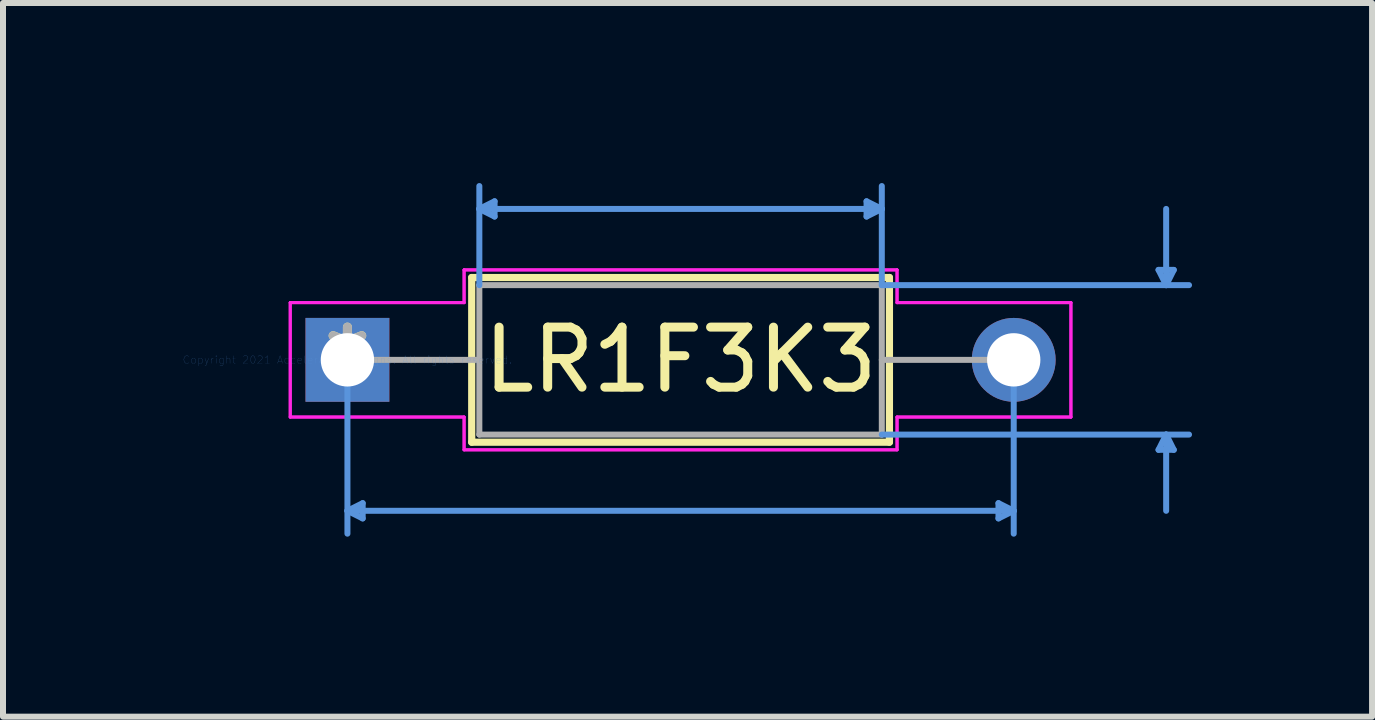
<source format=kicad_pcb>
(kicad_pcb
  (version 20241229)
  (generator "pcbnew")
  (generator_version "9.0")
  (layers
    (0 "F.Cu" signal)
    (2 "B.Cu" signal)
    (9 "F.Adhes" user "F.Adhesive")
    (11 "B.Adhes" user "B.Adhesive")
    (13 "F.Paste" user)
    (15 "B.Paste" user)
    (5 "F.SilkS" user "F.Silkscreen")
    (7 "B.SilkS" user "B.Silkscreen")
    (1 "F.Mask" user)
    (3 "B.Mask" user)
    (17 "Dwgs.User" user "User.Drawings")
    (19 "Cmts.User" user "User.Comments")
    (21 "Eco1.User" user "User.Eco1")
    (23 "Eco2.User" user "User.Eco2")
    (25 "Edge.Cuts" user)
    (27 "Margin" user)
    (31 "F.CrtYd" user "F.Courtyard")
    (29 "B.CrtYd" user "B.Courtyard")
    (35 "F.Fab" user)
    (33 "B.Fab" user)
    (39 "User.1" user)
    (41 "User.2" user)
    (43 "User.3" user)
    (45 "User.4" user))
  (footprint "LR1F3K3"
    (layer "F.Cu")
    (at 2.739 2.946)
    (property "Reference" "LR1F3K3" (at 5.551 0 0) (layer "F.SilkS") (effects (font (size 1 1) (thickness 0.15))))
    (attr through_hole)
    (fp_line (start 2.071 -1.372) (end 2.071 1.372) (stroke (width 0.12) (type solid)) (layer "F.SilkS"))
    (fp_line (start 2.071 1.372) (end 9.031 1.372) (stroke (width 0.12) (type solid)) (layer "F.SilkS"))
    (fp_line (start 9.031 -1.372) (end 2.071 -1.372) (stroke (width 0.12) (type solid)) (layer "F.SilkS"))
    (fp_line (start 9.031 1.372) (end 9.031 -1.372) (stroke (width 0.12) (type solid)) (layer "F.SilkS"))
    (fp_line (start 0 0) (end 0 2.896) (stroke (width 0.1) (type solid)) (layer "Cmts.User"))
    (fp_line (start 0 2.515) (end 0.254 2.388) (stroke (width 0.1) (type solid)) (layer "Cmts.User"))
    (fp_line (start 0 2.515) (end 0.254 2.642) (stroke (width 0.1) (type solid)) (layer "Cmts.User"))
    (fp_line (start 0 2.515) (end 11.102 2.515) (stroke (width 0.1) (type solid)) (layer "Cmts.User"))
    (fp_line (start 0.254 2.388) (end 0.254 2.642) (stroke (width 0.1) (type solid)) (layer "Cmts.User"))
    (fp_line (start 2.198 -2.515) (end 2.452 -2.642) (stroke (width 0.1) (type solid)) (layer "Cmts.User"))
    (fp_line (start 2.198 -2.515) (end 2.452 -2.388) (stroke (width 0.1) (type solid)) (layer "Cmts.User"))
    (fp_line (start 2.198 -2.515) (end 8.904 -2.515) (stroke (width 0.1) (type solid)) (layer "Cmts.User"))
    (fp_line (start 2.198 -1.245) (end 2.198 -2.896) (stroke (width 0.1) (type solid)) (layer "Cmts.User"))
    (fp_line (start 2.452 -2.642) (end 2.452 -2.388) (stroke (width 0.1) (type solid)) (layer "Cmts.User"))
    (fp_line (start 8.65 -2.642) (end 8.65 -2.388) (stroke (width 0.1) (type solid)) (layer "Cmts.User"))
    (fp_line (start 8.904 -2.515) (end 8.65 -2.642) (stroke (width 0.1) (type solid)) (layer "Cmts.User"))
    (fp_line (start 8.904 -2.515) (end 8.65 -2.388) (stroke (width 0.1) (type solid)) (layer "Cmts.User"))
    (fp_line (start 8.904 -1.245) (end 8.904 -2.896) (stroke (width 0.1) (type solid)) (layer "Cmts.User"))
    (fp_line (start 8.904 -1.245) (end 14.023 -1.245) (stroke (width 0.1) (type solid)) (layer "Cmts.User"))
    (fp_line (start 8.904 1.245) (end 14.023 1.245) (stroke (width 0.1) (type solid)) (layer "Cmts.User"))
    (fp_line (start 10.848 2.388) (end 10.848 2.642) (stroke (width 0.1) (type solid)) (layer "Cmts.User"))
    (fp_line (start 11.102 0) (end 11.102 2.896) (stroke (width 0.1) (type solid)) (layer "Cmts.User"))
    (fp_line (start 11.102 2.515) (end 10.848 2.388) (stroke (width 0.1) (type solid)) (layer "Cmts.User"))
    (fp_line (start 11.102 2.515) (end 10.848 2.642) (stroke (width 0.1) (type solid)) (layer "Cmts.User"))
    (fp_line (start 13.515 -1.499) (end 13.769 -1.499) (stroke (width 0.1) (type solid)) (layer "Cmts.User"))
    (fp_line (start 13.515 1.499) (end 13.769 1.499) (stroke (width 0.1) (type solid)) (layer "Cmts.User"))
    (fp_line (start 13.642 -1.245) (end 13.515 -1.499) (stroke (width 0.1) (type solid)) (layer "Cmts.User"))
    (fp_line (start 13.642 -1.245) (end 13.642 -2.515) (stroke (width 0.1) (type solid)) (layer "Cmts.User"))
    (fp_line (start 13.642 -1.245) (end 13.769 -1.499) (stroke (width 0.1) (type solid)) (layer "Cmts.User"))
    (fp_line (start 13.642 1.245) (end 13.515 1.499) (stroke (width 0.1) (type solid)) (layer "Cmts.User"))
    (fp_line (start 13.642 1.245) (end 13.642 2.515) (stroke (width 0.1) (type solid)) (layer "Cmts.User"))
    (fp_line (start 13.642 1.245) (end 13.769 1.499) (stroke (width 0.1) (type solid)) (layer "Cmts.User"))
    (fp_line (start -0.953 -0.953) (end 1.944 -0.953) (stroke (width 0.05) (type solid)) (layer "F.CrtYd"))
    (fp_line (start -0.953 -0.953) (end 1.944 -0.953) (stroke (width 0.05) (type solid)) (layer "F.CrtYd"))
    (fp_line (start -0.953 0.953) (end -0.953 -0.953) (stroke (width 0.05) (type solid)) (layer "F.CrtYd"))
    (fp_line (start -0.953 0.953) (end -0.953 -0.953) (stroke (width 0.05) (type solid)) (layer "F.CrtYd"))
    (fp_line (start 1.944 -1.499) (end 9.158 -1.499) (stroke (width 0.05) (type solid)) (layer "F.CrtYd"))
    (fp_line (start 1.944 -1.499) (end 9.158 -1.499) (stroke (width 0.05) (type solid)) (layer "F.CrtYd"))
    (fp_line (start 1.944 -0.953) (end 1.944 -1.499) (stroke (width 0.05) (type solid)) (layer "F.CrtYd"))
    (fp_line (start 1.944 -0.953) (end 1.944 -1.499) (stroke (width 0.05) (type solid)) (layer "F.CrtYd"))
    (fp_line (start 1.944 0.953) (end -0.953 0.953) (stroke (width 0.05) (type solid)) (layer "F.CrtYd"))
    (fp_line (start 1.944 0.953) (end -0.953 0.953) (stroke (width 0.05) (type solid)) (layer "F.CrtYd"))
    (fp_line (start 1.944 1.499) (end 1.944 0.953) (stroke (width 0.05) (type solid)) (layer "F.CrtYd"))
    (fp_line (start 1.944 1.499) (end 1.944 0.953) (stroke (width 0.05) (type solid)) (layer "F.CrtYd"))
    (fp_line (start 9.158 -1.499) (end 9.158 -0.953) (stroke (width 0.05) (type solid)) (layer "F.CrtYd"))
    (fp_line (start 9.158 -1.499) (end 9.158 -0.953) (stroke (width 0.05) (type solid)) (layer "F.CrtYd"))
    (fp_line (start 9.158 -0.953) (end 12.055 -0.953) (stroke (width 0.05) (type solid)) (layer "F.CrtYd"))
    (fp_line (start 9.158 -0.953) (end 12.055 -0.953) (stroke (width 0.05) (type solid)) (layer "F.CrtYd"))
    (fp_line (start 9.158 0.953) (end 9.158 1.499) (stroke (width 0.05) (type solid)) (layer "F.CrtYd"))
    (fp_line (start 9.158 0.953) (end 9.158 1.499) (stroke (width 0.05) (type solid)) (layer "F.CrtYd"))
    (fp_line (start 9.158 1.499) (end 1.944 1.499) (stroke (width 0.05) (type solid)) (layer "F.CrtYd"))
    (fp_line (start 9.158 1.499) (end 1.944 1.499) (stroke (width 0.05) (type solid)) (layer "F.CrtYd"))
    (fp_line (start 12.055 -0.953) (end 12.055 0.953) (stroke (width 0.05) (type solid)) (layer "F.CrtYd"))
    (fp_line (start 12.055 -0.953) (end 12.055 0.953) (stroke (width 0.05) (type solid)) (layer "F.CrtYd"))
    (fp_line (start 12.055 0.953) (end 9.158 0.953) (stroke (width 0.05) (type solid)) (layer "F.CrtYd"))
    (fp_line (start 12.055 0.953) (end 9.158 0.953) (stroke (width 0.05) (type solid)) (layer "F.CrtYd"))
    (fp_line (start 0 0) (end 2.198 0) (stroke (width 0.1) (type solid)) (layer "F.Fab"))
    (fp_line (start 2.198 -1.245) (end 2.198 1.245) (stroke (width 0.1) (type solid)) (layer "F.Fab"))
    (fp_line (start 2.198 1.245) (end 8.904 1.245) (stroke (width 0.1) (type solid)) (layer "F.Fab"))
    (fp_line (start 8.904 -1.245) (end 2.198 -1.245) (stroke (width 0.1) (type solid)) (layer "F.Fab"))
    (fp_line (start 8.904 1.245) (end 8.904 -1.245) (stroke (width 0.1) (type solid)) (layer "F.Fab"))
    (fp_line (start 11.102 0) (end 8.904 0) (stroke (width 0.1) (type solid)) (layer "F.Fab"))
    (fp_text user "*" (at 0 0 0) (layer "F.SilkS") (effects (font (size 1 1) (thickness 0.15))))
    (fp_text user "Copyright 2021 Accelerated Designs. All rights reserved." (at 0 0 0) (layer "Cmts.User") (effects (font (size 0.127 0.127) (thickness 0.002))))
    (fp_text user "*" (at 0 0 0) (layer "F.Fab") (effects (font (size 1 1) (thickness 0.15))))
    (pad "1" thru_hole rect (at 0 0) (size 1.397 1.397) (drill 0.889) (layers "*.Cu" "*.Mask"))
    (pad "2" thru_hole circle (at 11.102 0) (size 1.397 1.397) (drill 0.889) (layers "*.Cu" "*.Mask")))
  (gr_rect
    (start -3 -3)
    (end 19.812 8.891)
    (stroke (width 0.1) (type default))
    (fill no)
    (layer "Edge.Cuts")))
</source>
